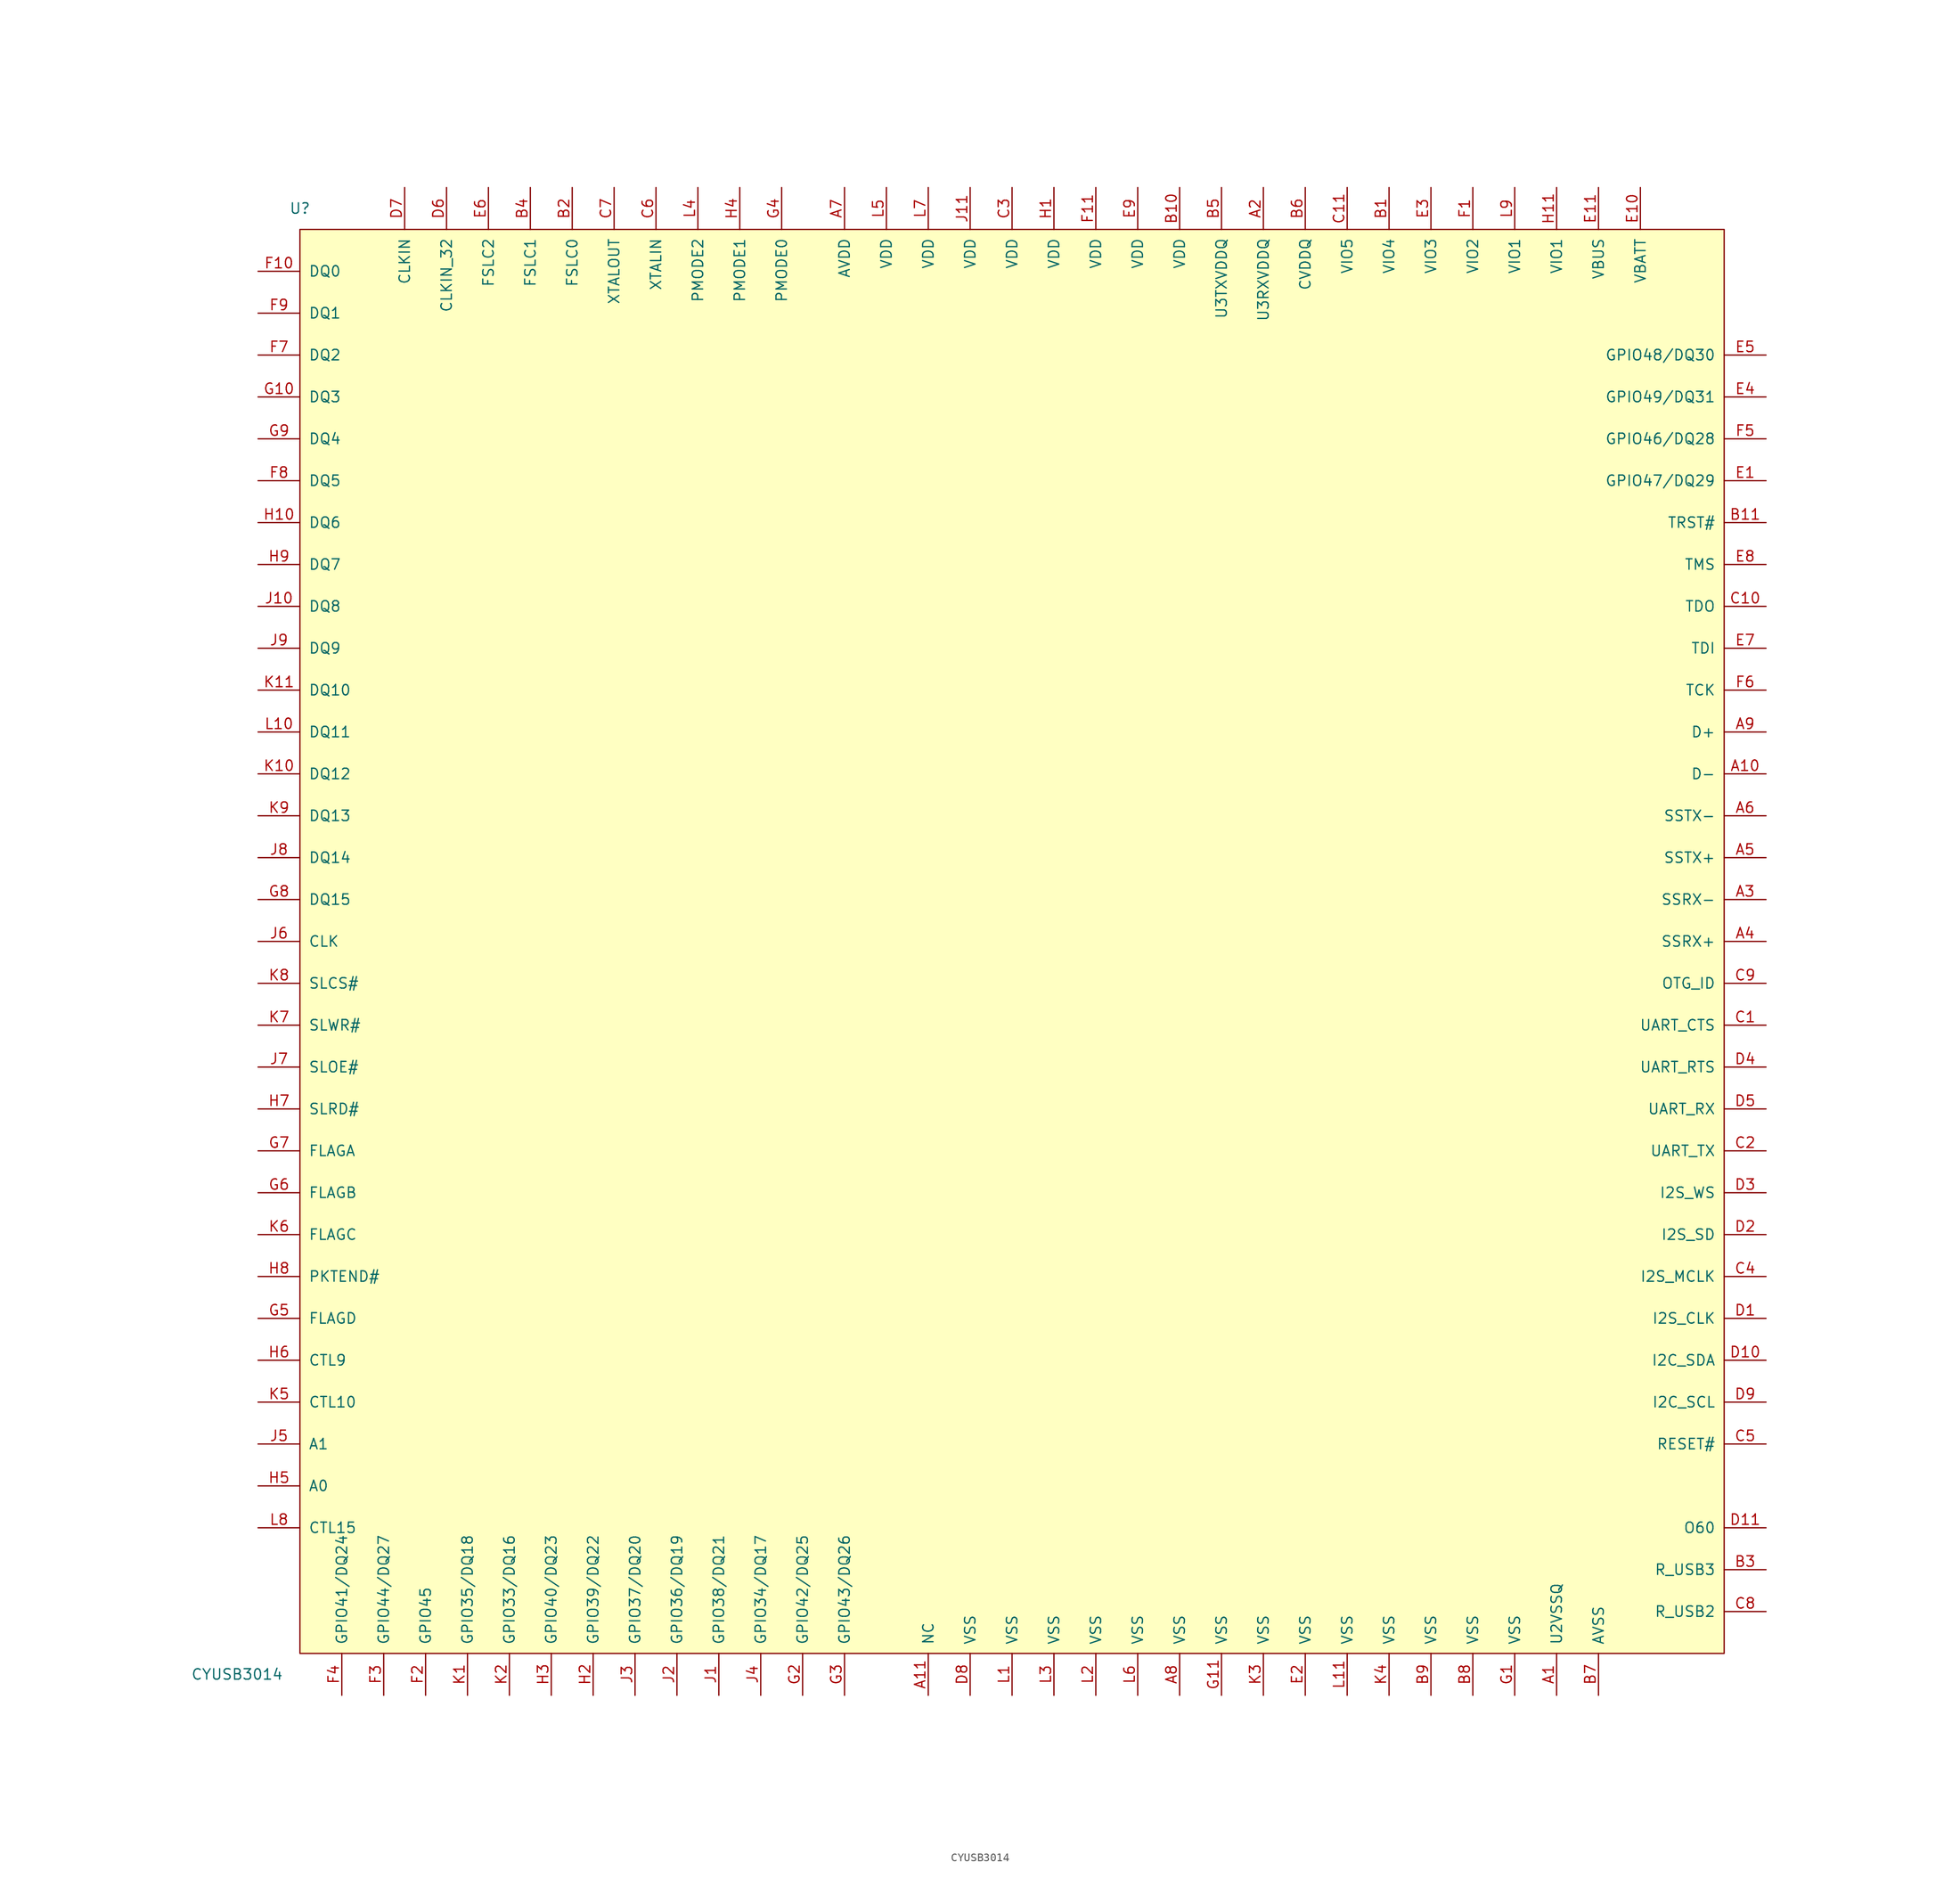
<source format=kicad_sym>
(kicad_symbol_lib
  (version 20210619)
  (generator kicad_symbol_editor)
  (symbol "usb_controller:CYUSB3014"
    (pin_names
      (offset 1.016))
    (property "Reference" "U"
      (at -86.36 88.9 0)
      (effects (font (size 1.27 1.27))))
    (property "Value" "CYUSB3014"
      (at -93.98 -88.9 0)
      (effects (font (size 1.27 1.27))))
    (symbol "CYUSB3014_0_1"
      (rectangle (start -86.36 -86.36) (end 86.36 86.36) (stroke (width 0)) (fill (type background))))
    (symbol "CYUSB3014_1_1"
      (pin unspecified line (at 66.04 -91.44 90) (length 5.08) (name "U2VSSQ" (effects (font (size 1.27 1.27)))) (number "A1" (effects (font (size 1.27 1.27)))))
      (pin unspecified line (at 91.44 20.32 180) (length 5.08) (name "D-" (effects (font (size 1.27 1.27)))) (number "A10" (effects (font (size 1.27 1.27)))))
      (pin unspecified line (at -10.16 -91.44 90) (length 5.08) (name "NC" (effects (font (size 1.27 1.27)))) (number "A11" (effects (font (size 1.27 1.27)))))
      (pin unspecified line (at 30.48 91.44 270) (length 5.08) (name "U3RXVDDQ" (effects (font (size 1.27 1.27)))) (number "A2" (effects (font (size 1.27 1.27)))))
      (pin unspecified line (at 91.44 5.08 180) (length 5.08) (name "SSRX-" (effects (font (size 1.27 1.27)))) (number "A3" (effects (font (size 1.27 1.27)))))
      (pin unspecified line (at 91.44 0 180) (length 5.08) (name "SSRX+" (effects (font (size 1.27 1.27)))) (number "A4" (effects (font (size 1.27 1.27)))))
      (pin unspecified line (at 91.44 10.16 180) (length 5.08) (name "SSTX+" (effects (font (size 1.27 1.27)))) (number "A5" (effects (font (size 1.27 1.27)))))
      (pin unspecified line (at 91.44 15.24 180) (length 5.08) (name "SSTX-" (effects (font (size 1.27 1.27)))) (number "A6" (effects (font (size 1.27 1.27)))))
      (pin unspecified line (at -20.32 91.44 270) (length 5.08) (name "AVDD" (effects (font (size 1.27 1.27)))) (number "A7" (effects (font (size 1.27 1.27)))))
      (pin unspecified line (at 20.32 -91.44 90) (length 5.08) (name "VSS" (effects (font (size 1.27 1.27)))) (number "A8" (effects (font (size 1.27 1.27)))))
      (pin unspecified line (at 91.44 25.4 180) (length 5.08) (name "D+" (effects (font (size 1.27 1.27)))) (number "A9" (effects (font (size 1.27 1.27)))))
      (pin unspecified line (at 45.72 91.44 270) (length 5.08) (name "VIO4" (effects (font (size 1.27 1.27)))) (number "B1" (effects (font (size 1.27 1.27)))))
      (pin unspecified line (at 20.32 91.44 270) (length 5.08) (name "VDD" (effects (font (size 1.27 1.27)))) (number "B10" (effects (font (size 1.27 1.27)))))
      (pin unspecified line (at 91.44 50.8 180) (length 5.08) (name "TRST#" (effects (font (size 1.27 1.27)))) (number "B11" (effects (font (size 1.27 1.27)))))
      (pin unspecified line (at -53.34 91.44 270) (length 5.08) (name "FSLC0" (effects (font (size 1.27 1.27)))) (number "B2" (effects (font (size 1.27 1.27)))))
      (pin unspecified line (at 91.44 -76.2 180) (length 5.08) (name "R_USB3" (effects (font (size 1.27 1.27)))) (number "B3" (effects (font (size 1.27 1.27)))))
      (pin unspecified line (at -58.42 91.44 270) (length 5.08) (name "FSLC1" (effects (font (size 1.27 1.27)))) (number "B4" (effects (font (size 1.27 1.27)))))
      (pin unspecified line (at 25.4 91.44 270) (length 5.08) (name "U3TXVDDQ" (effects (font (size 1.27 1.27)))) (number "B5" (effects (font (size 1.27 1.27)))))
      (pin unspecified line (at 35.56 91.44 270) (length 5.08) (name "CVDDQ" (effects (font (size 1.27 1.27)))) (number "B6" (effects (font (size 1.27 1.27)))))
      (pin unspecified line (at 71.12 -91.44 90) (length 5.08) (name "AVSS" (effects (font (size 1.27 1.27)))) (number "B7" (effects (font (size 1.27 1.27)))))
      (pin unspecified line (at 55.88 -91.44 90) (length 5.08) (name "VSS" (effects (font (size 1.27 1.27)))) (number "B8" (effects (font (size 1.27 1.27)))))
      (pin unspecified line (at 50.8 -91.44 90) (length 5.08) (name "VSS" (effects (font (size 1.27 1.27)))) (number "B9" (effects (font (size 1.27 1.27)))))
      (pin unspecified line (at 91.44 -10.16 180) (length 5.08) (name "UART_CTS" (effects (font (size 1.27 1.27)))) (number "C1" (effects (font (size 1.27 1.27)))))
      (pin unspecified line (at 91.44 40.64 180) (length 5.08) (name "TDO" (effects (font (size 1.27 1.27)))) (number "C10" (effects (font (size 1.27 1.27)))))
      (pin unspecified line (at 40.64 91.44 270) (length 5.08) (name "VIO5" (effects (font (size 1.27 1.27)))) (number "C11" (effects (font (size 1.27 1.27)))))
      (pin unspecified line (at 91.44 -25.4 180) (length 5.08) (name "UART_TX" (effects (font (size 1.27 1.27)))) (number "C2" (effects (font (size 1.27 1.27)))))
      (pin unspecified line (at 0 91.44 270) (length 5.08) (name "VDD" (effects (font (size 1.27 1.27)))) (number "C3" (effects (font (size 1.27 1.27)))))
      (pin unspecified line (at 91.44 -40.64 180) (length 5.08) (name "I2S_MCLK" (effects (font (size 1.27 1.27)))) (number "C4" (effects (font (size 1.27 1.27)))))
      (pin unspecified line (at 91.44 -60.96 180) (length 5.08) (name "RESET#" (effects (font (size 1.27 1.27)))) (number "C5" (effects (font (size 1.27 1.27)))))
      (pin unspecified line (at -43.18 91.44 270) (length 5.08) (name "XTALIN" (effects (font (size 1.27 1.27)))) (number "C6" (effects (font (size 1.27 1.27)))))
      (pin unspecified line (at -48.26 91.44 270) (length 5.08) (name "XTALOUT" (effects (font (size 1.27 1.27)))) (number "C7" (effects (font (size 1.27 1.27)))))
      (pin unspecified line (at 91.44 -81.28 180) (length 5.08) (name "R_USB2" (effects (font (size 1.27 1.27)))) (number "C8" (effects (font (size 1.27 1.27)))))
      (pin unspecified line (at 91.44 -5.08 180) (length 5.08) (name "OTG_ID" (effects (font (size 1.27 1.27)))) (number "C9" (effects (font (size 1.27 1.27)))))
      (pin unspecified line (at 91.44 -45.72 180) (length 5.08) (name "I2S_CLK" (effects (font (size 1.27 1.27)))) (number "D1" (effects (font (size 1.27 1.27)))))
      (pin unspecified line (at 91.44 -50.8 180) (length 5.08) (name "I2C_SDA" (effects (font (size 1.27 1.27)))) (number "D10" (effects (font (size 1.27 1.27)))))
      (pin unspecified line (at 91.44 -71.12 180) (length 5.08) (name "O60" (effects (font (size 1.27 1.27)))) (number "D11" (effects (font (size 1.27 1.27)))))
      (pin unspecified line (at 91.44 -35.56 180) (length 5.08) (name "I2S_SD" (effects (font (size 1.27 1.27)))) (number "D2" (effects (font (size 1.27 1.27)))))
      (pin unspecified line (at 91.44 -30.48 180) (length 5.08) (name "I2S_WS" (effects (font (size 1.27 1.27)))) (number "D3" (effects (font (size 1.27 1.27)))))
      (pin unspecified line (at 91.44 -15.24 180) (length 5.08) (name "UART_RTS" (effects (font (size 1.27 1.27)))) (number "D4" (effects (font (size 1.27 1.27)))))
      (pin unspecified line (at 91.44 -20.32 180) (length 5.08) (name "UART_RX" (effects (font (size 1.27 1.27)))) (number "D5" (effects (font (size 1.27 1.27)))))
      (pin unspecified line (at -68.58 91.44 270) (length 5.08) (name "CLKIN_32" (effects (font (size 1.27 1.27)))) (number "D6" (effects (font (size 1.27 1.27)))))
      (pin unspecified line (at -73.66 91.44 270) (length 5.08) (name "CLKIN" (effects (font (size 1.27 1.27)))) (number "D7" (effects (font (size 1.27 1.27)))))
      (pin unspecified line (at -5.08 -91.44 90) (length 5.08) (name "VSS" (effects (font (size 1.27 1.27)))) (number "D8" (effects (font (size 1.27 1.27)))))
      (pin unspecified line (at 91.44 -55.88 180) (length 5.08) (name "I2C_SCL" (effects (font (size 1.27 1.27)))) (number "D9" (effects (font (size 1.27 1.27)))))
      (pin unspecified line (at 91.44 55.88 180) (length 5.08) (name "GPIO47/DQ29" (effects (font (size 1.27 1.27)))) (number "E1" (effects (font (size 1.27 1.27)))))
      (pin unspecified line (at 76.2 91.44 270) (length 5.08) (name "VBATT" (effects (font (size 1.27 1.27)))) (number "E10" (effects (font (size 1.27 1.27)))))
      (pin unspecified line (at 71.12 91.44 270) (length 5.08) (name "VBUS" (effects (font (size 1.27 1.27)))) (number "E11" (effects (font (size 1.27 1.27)))))
      (pin unspecified line (at 35.56 -91.44 90) (length 5.08) (name "VSS" (effects (font (size 1.27 1.27)))) (number "E2" (effects (font (size 1.27 1.27)))))
      (pin unspecified line (at 50.8 91.44 270) (length 5.08) (name "VIO3" (effects (font (size 1.27 1.27)))) (number "E3" (effects (font (size 1.27 1.27)))))
      (pin unspecified line (at 91.44 66.04 180) (length 5.08) (name "GPIO49/DQ31" (effects (font (size 1.27 1.27)))) (number "E4" (effects (font (size 1.27 1.27)))))
      (pin unspecified line (at 91.44 71.12 180) (length 5.08) (name "GPIO48/DQ30" (effects (font (size 1.27 1.27)))) (number "E5" (effects (font (size 1.27 1.27)))))
      (pin unspecified line (at -63.5 91.44 270) (length 5.08) (name "FSLC2" (effects (font (size 1.27 1.27)))) (number "E6" (effects (font (size 1.27 1.27)))))
      (pin unspecified line (at 91.44 35.56 180) (length 5.08) (name "TDI" (effects (font (size 1.27 1.27)))) (number "E7" (effects (font (size 1.27 1.27)))))
      (pin unspecified line (at 91.44 45.72 180) (length 5.08) (name "TMS" (effects (font (size 1.27 1.27)))) (number "E8" (effects (font (size 1.27 1.27)))))
      (pin unspecified line (at 15.24 91.44 270) (length 5.08) (name "VDD" (effects (font (size 1.27 1.27)))) (number "E9" (effects (font (size 1.27 1.27)))))
      (pin unspecified line (at 55.88 91.44 270) (length 5.08) (name "VIO2" (effects (font (size 1.27 1.27)))) (number "F1" (effects (font (size 1.27 1.27)))))
      (pin unspecified line (at -91.44 81.28 0) (length 5.08) (name "DQ0" (effects (font (size 1.27 1.27)))) (number "F10" (effects (font (size 1.27 1.27)))))
      (pin unspecified line (at 10.16 91.44 270) (length 5.08) (name "VDD" (effects (font (size 1.27 1.27)))) (number "F11" (effects (font (size 1.27 1.27)))))
      (pin unspecified line (at -71.12 -91.44 90) (length 5.08) (name "GPIO45" (effects (font (size 1.27 1.27)))) (number "F2" (effects (font (size 1.27 1.27)))))
      (pin unspecified line (at -76.2 -91.44 90) (length 5.08) (name "GPIO44/DQ27" (effects (font (size 1.27 1.27)))) (number "F3" (effects (font (size 1.27 1.27)))))
      (pin unspecified line (at -81.28 -91.44 90) (length 5.08) (name "GPIO41/DQ24" (effects (font (size 1.27 1.27)))) (number "F4" (effects (font (size 1.27 1.27)))))
      (pin unspecified line (at 91.44 60.96 180) (length 5.08) (name "GPIO46/DQ28" (effects (font (size 1.27 1.27)))) (number "F5" (effects (font (size 1.27 1.27)))))
      (pin unspecified line (at 91.44 30.48 180) (length 5.08) (name "TCK" (effects (font (size 1.27 1.27)))) (number "F6" (effects (font (size 1.27 1.27)))))
      (pin unspecified line (at -91.44 71.12 0) (length 5.08) (name "DQ2" (effects (font (size 1.27 1.27)))) (number "F7" (effects (font (size 1.27 1.27)))))
      (pin unspecified line (at -91.44 55.88 0) (length 5.08) (name "DQ5" (effects (font (size 1.27 1.27)))) (number "F8" (effects (font (size 1.27 1.27)))))
      (pin unspecified line (at -91.44 76.2 0) (length 5.08) (name "DQ1" (effects (font (size 1.27 1.27)))) (number "F9" (effects (font (size 1.27 1.27)))))
      (pin unspecified line (at 60.96 -91.44 90) (length 5.08) (name "VSS" (effects (font (size 1.27 1.27)))) (number "G1" (effects (font (size 1.27 1.27)))))
      (pin unspecified line (at -91.44 66.04 0) (length 5.08) (name "DQ3" (effects (font (size 1.27 1.27)))) (number "G10" (effects (font (size 1.27 1.27)))))
      (pin unspecified line (at 25.4 -91.44 90) (length 5.08) (name "VSS" (effects (font (size 1.27 1.27)))) (number "G11" (effects (font (size 1.27 1.27)))))
      (pin unspecified line (at -25.4 -91.44 90) (length 5.08) (name "GPIO42/DQ25" (effects (font (size 1.27 1.27)))) (number "G2" (effects (font (size 1.27 1.27)))))
      (pin unspecified line (at -20.32 -91.44 90) (length 5.08) (name "GPIO43/DQ26" (effects (font (size 1.27 1.27)))) (number "G3" (effects (font (size 1.27 1.27)))))
      (pin unspecified line (at -27.94 91.44 270) (length 5.08) (name "PMODE0" (effects (font (size 1.27 1.27)))) (number "G4" (effects (font (size 1.27 1.27)))))
      (pin unspecified line (at -91.44 -45.72 0) (length 5.08) (name "FLAGD" (effects (font (size 1.27 1.27)))) (number "G5" (effects (font (size 1.27 1.27)))))
      (pin unspecified line (at -91.44 -30.48 0) (length 5.08) (name "FLAGB" (effects (font (size 1.27 1.27)))) (number "G6" (effects (font (size 1.27 1.27)))))
      (pin unspecified line (at -91.44 -25.4 0) (length 5.08) (name "FLAGA" (effects (font (size 1.27 1.27)))) (number "G7" (effects (font (size 1.27 1.27)))))
      (pin unspecified line (at -91.44 5.08 0) (length 5.08) (name "DQ15" (effects (font (size 1.27 1.27)))) (number "G8" (effects (font (size 1.27 1.27)))))
      (pin unspecified line (at -91.44 60.96 0) (length 5.08) (name "DQ4" (effects (font (size 1.27 1.27)))) (number "G9" (effects (font (size 1.27 1.27)))))
      (pin unspecified line (at 5.08 91.44 270) (length 5.08) (name "VDD" (effects (font (size 1.27 1.27)))) (number "H1" (effects (font (size 1.27 1.27)))))
      (pin unspecified line (at -91.44 50.8 0) (length 5.08) (name "DQ6" (effects (font (size 1.27 1.27)))) (number "H10" (effects (font (size 1.27 1.27)))))
      (pin unspecified line (at 66.04 91.44 270) (length 5.08) (name "VIO1" (effects (font (size 1.27 1.27)))) (number "H11" (effects (font (size 1.27 1.27)))))
      (pin unspecified line (at -50.8 -91.44 90) (length 5.08) (name "GPIO39/DQ22" (effects (font (size 1.27 1.27)))) (number "H2" (effects (font (size 1.27 1.27)))))
      (pin unspecified line (at -55.88 -91.44 90) (length 5.08) (name "GPIO40/DQ23" (effects (font (size 1.27 1.27)))) (number "H3" (effects (font (size 1.27 1.27)))))
      (pin unspecified line (at -33.02 91.44 270) (length 5.08) (name "PMODE1" (effects (font (size 1.27 1.27)))) (number "H4" (effects (font (size 1.27 1.27)))))
      (pin unspecified line (at -91.44 -66.04 0) (length 5.08) (name "A0" (effects (font (size 1.27 1.27)))) (number "H5" (effects (font (size 1.27 1.27)))))
      (pin unspecified line (at -91.44 -50.8 0) (length 5.08) (name "CTL9" (effects (font (size 1.27 1.27)))) (number "H6" (effects (font (size 1.27 1.27)))))
      (pin unspecified line (at -91.44 -20.32 0) (length 5.08) (name "SLRD#" (effects (font (size 1.27 1.27)))) (number "H7" (effects (font (size 1.27 1.27)))))
      (pin unspecified line (at -91.44 -40.64 0) (length 5.08) (name "PKTEND#" (effects (font (size 1.27 1.27)))) (number "H8" (effects (font (size 1.27 1.27)))))
      (pin unspecified line (at -91.44 45.72 0) (length 5.08) (name "DQ7" (effects (font (size 1.27 1.27)))) (number "H9" (effects (font (size 1.27 1.27)))))
      (pin unspecified line (at -35.56 -91.44 90) (length 5.08) (name "GPIO38/DQ21" (effects (font (size 1.27 1.27)))) (number "J1" (effects (font (size 1.27 1.27)))))
      (pin unspecified line (at -91.44 40.64 0) (length 5.08) (name "DQ8" (effects (font (size 1.27 1.27)))) (number "J10" (effects (font (size 1.27 1.27)))))
      (pin unspecified line (at -5.08 91.44 270) (length 5.08) (name "VDD" (effects (font (size 1.27 1.27)))) (number "J11" (effects (font (size 1.27 1.27)))))
      (pin unspecified line (at -40.64 -91.44 90) (length 5.08) (name "GPIO36/DQ19" (effects (font (size 1.27 1.27)))) (number "J2" (effects (font (size 1.27 1.27)))))
      (pin unspecified line (at -45.72 -91.44 90) (length 5.08) (name "GPIO37/DQ20" (effects (font (size 1.27 1.27)))) (number "J3" (effects (font (size 1.27 1.27)))))
      (pin unspecified line (at -30.48 -91.44 90) (length 5.08) (name "GPIO34/DQ17" (effects (font (size 1.27 1.27)))) (number "J4" (effects (font (size 1.27 1.27)))))
      (pin unspecified line (at -91.44 -60.96 0) (length 5.08) (name "A1" (effects (font (size 1.27 1.27)))) (number "J5" (effects (font (size 1.27 1.27)))))
      (pin unspecified line (at -91.44 0 0) (length 5.08) (name "CLK" (effects (font (size 1.27 1.27)))) (number "J6" (effects (font (size 1.27 1.27)))))
      (pin unspecified line (at -91.44 -15.24 0) (length 5.08) (name "SLOE#" (effects (font (size 1.27 1.27)))) (number "J7" (effects (font (size 1.27 1.27)))))
      (pin unspecified line (at -91.44 10.16 0) (length 5.08) (name "DQ14" (effects (font (size 1.27 1.27)))) (number "J8" (effects (font (size 1.27 1.27)))))
      (pin unspecified line (at -91.44 35.56 0) (length 5.08) (name "DQ9" (effects (font (size 1.27 1.27)))) (number "J9" (effects (font (size 1.27 1.27)))))
      (pin unspecified line (at -66.04 -91.44 90) (length 5.08) (name "GPIO35/DQ18" (effects (font (size 1.27 1.27)))) (number "K1" (effects (font (size 1.27 1.27)))))
      (pin unspecified line (at -91.44 20.32 0) (length 5.08) (name "DQ12" (effects (font (size 1.27 1.27)))) (number "K10" (effects (font (size 1.27 1.27)))))
      (pin unspecified line (at -91.44 30.48 0) (length 5.08) (name "DQ10" (effects (font (size 1.27 1.27)))) (number "K11" (effects (font (size 1.27 1.27)))))
      (pin unspecified line (at -60.96 -91.44 90) (length 5.08) (name "GPIO33/DQ16" (effects (font (size 1.27 1.27)))) (number "K2" (effects (font (size 1.27 1.27)))))
      (pin unspecified line (at 30.48 -91.44 90) (length 5.08) (name "VSS" (effects (font (size 1.27 1.27)))) (number "K3" (effects (font (size 1.27 1.27)))))
      (pin unspecified line (at 45.72 -91.44 90) (length 5.08) (name "VSS" (effects (font (size 1.27 1.27)))) (number "K4" (effects (font (size 1.27 1.27)))))
      (pin unspecified line (at -91.44 -55.88 0) (length 5.08) (name "CTL10" (effects (font (size 1.27 1.27)))) (number "K5" (effects (font (size 1.27 1.27)))))
      (pin unspecified line (at -91.44 -35.56 0) (length 5.08) (name "FLAGC" (effects (font (size 1.27 1.27)))) (number "K6" (effects (font (size 1.27 1.27)))))
      (pin unspecified line (at -91.44 -10.16 0) (length 5.08) (name "SLWR#" (effects (font (size 1.27 1.27)))) (number "K7" (effects (font (size 1.27 1.27)))))
      (pin unspecified line (at -91.44 -5.08 0) (length 5.08) (name "SLCS#" (effects (font (size 1.27 1.27)))) (number "K8" (effects (font (size 1.27 1.27)))))
      (pin unspecified line (at -91.44 15.24 0) (length 5.08) (name "DQ13" (effects (font (size 1.27 1.27)))) (number "K9" (effects (font (size 1.27 1.27)))))
      (pin unspecified line (at 0 -91.44 90) (length 5.08) (name "VSS" (effects (font (size 1.27 1.27)))) (number "L1" (effects (font (size 1.27 1.27)))))
      (pin unspecified line (at -91.44 25.4 0) (length 5.08) (name "DQ11" (effects (font (size 1.27 1.27)))) (number "L10" (effects (font (size 1.27 1.27)))))
      (pin unspecified line (at 40.64 -91.44 90) (length 5.08) (name "VSS" (effects (font (size 1.27 1.27)))) (number "L11" (effects (font (size 1.27 1.27)))))
      (pin unspecified line (at 10.16 -91.44 90) (length 5.08) (name "VSS" (effects (font (size 1.27 1.27)))) (number "L2" (effects (font (size 1.27 1.27)))))
      (pin unspecified line (at 5.08 -91.44 90) (length 5.08) (name "VSS" (effects (font (size 1.27 1.27)))) (number "L3" (effects (font (size 1.27 1.27)))))
      (pin unspecified line (at -38.1 91.44 270) (length 5.08) (name "PMODE2" (effects (font (size 1.27 1.27)))) (number "L4" (effects (font (size 1.27 1.27)))))
      (pin unspecified line (at -15.24 91.44 270) (length 5.08) (name "VDD" (effects (font (size 1.27 1.27)))) (number "L5" (effects (font (size 1.27 1.27)))))
      (pin unspecified line (at 15.24 -91.44 90) (length 5.08) (name "VSS" (effects (font (size 1.27 1.27)))) (number "L6" (effects (font (size 1.27 1.27)))))
      (pin unspecified line (at -10.16 91.44 270) (length 5.08) (name "VDD" (effects (font (size 1.27 1.27)))) (number "L7" (effects (font (size 1.27 1.27)))))
      (pin unspecified line (at -91.44 -71.12 0) (length 5.08) (name "CTL15" (effects (font (size 1.27 1.27)))) (number "L8" (effects (font (size 1.27 1.27)))))
      (pin unspecified line (at 60.96 91.44 270) (length 5.08) (name "VIO1" (effects (font (size 1.27 1.27)))) (number "L9" (effects (font (size 1.27 1.27))))))))
</source>
